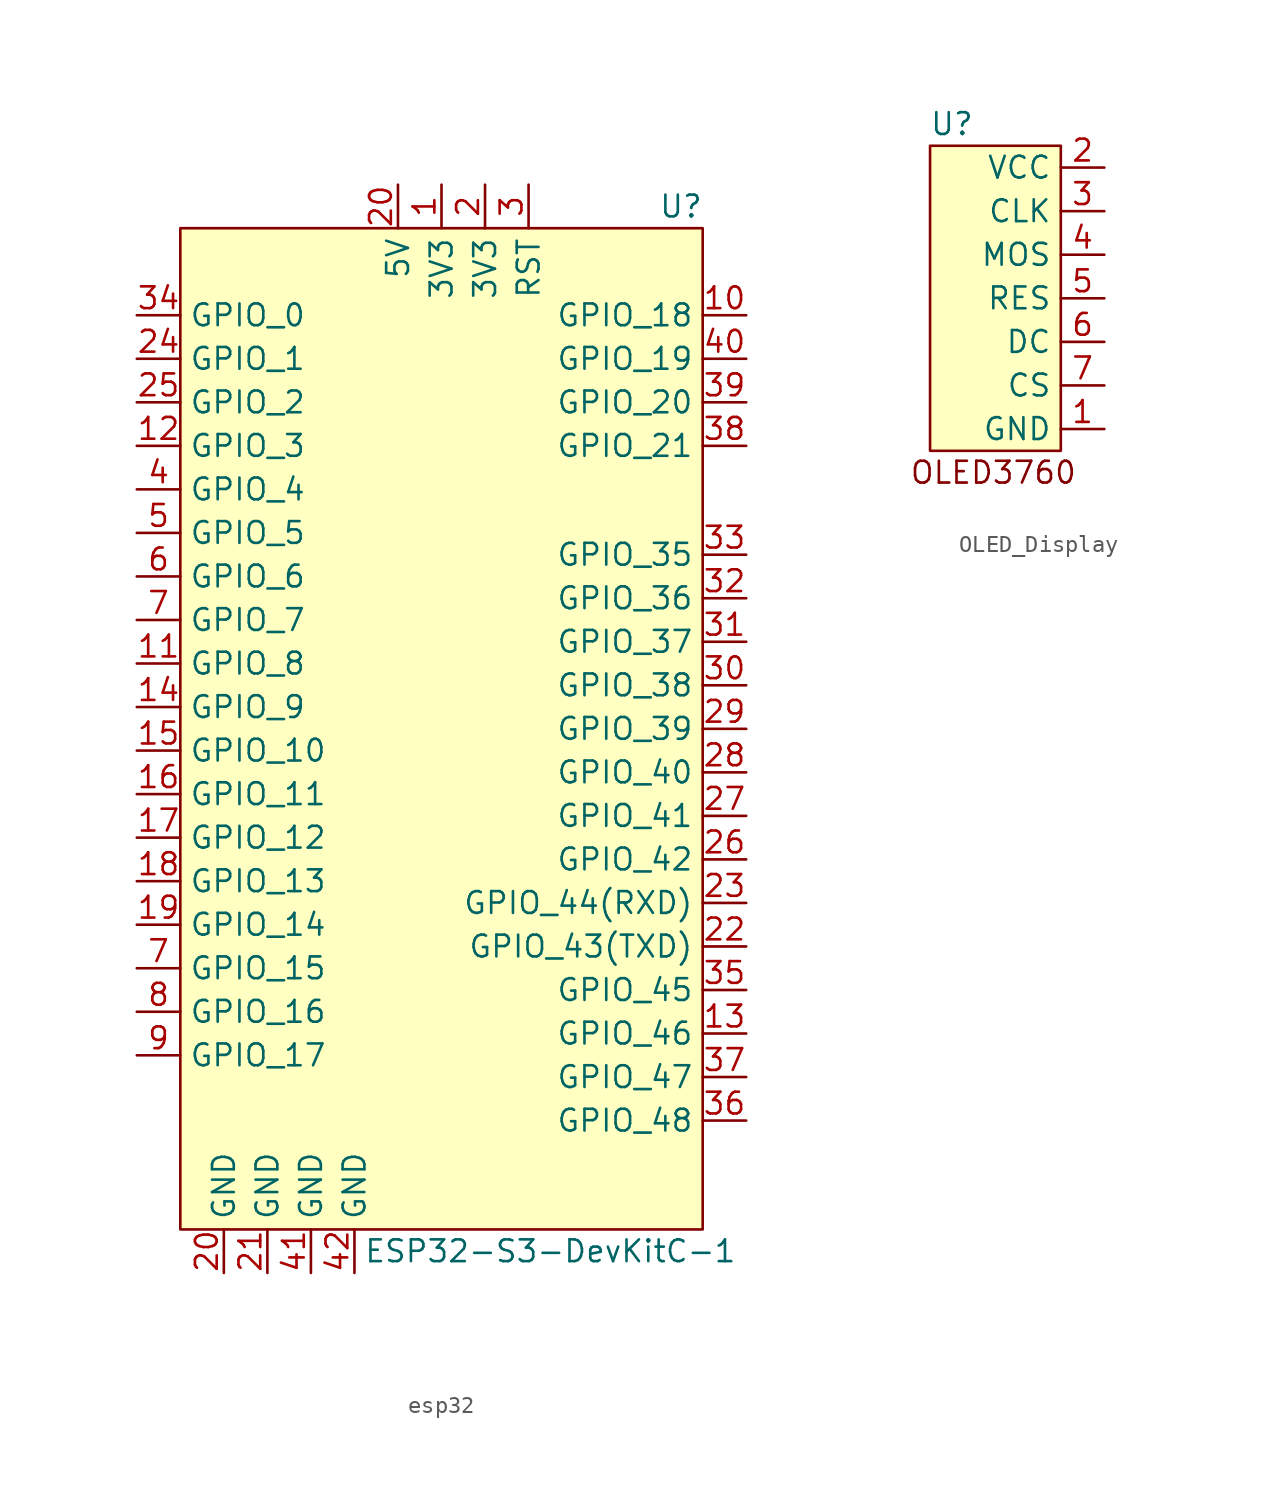
<source format=kicad_sym>
(kicad_symbol_lib
  (version 20220914)
  (generator kicad_symbol_editor)
  (symbol "esp32"
    (property "Reference" "U"
      (at 29.21 1.27 0)
      (effects (font (size 1.27 1.27))))
    (property "Value" "ESP32-S3-DevKitC-1"
      (at 21.59 -59.69 0)
      (effects (font (size 1.27 1.27))))
    (symbol "esp32_1_1"
      (rectangle (start 0 0) (end 30.48 -58.42) (stroke (width 0) (type default)) (fill (type background)))
      (pin input line (at 15.24 2.54 270) (length 2.54) (name "3V3" (effects (font (size 1.27 1.27)))) (number "1" (effects (font (size 1.27 1.27)))))
      (pin input line (at 33.02 -5.08 180) (length 2.54) (name "GPIO_18" (effects (font (size 1.27 1.27)))) (number "10" (effects (font (size 1.27 1.27)))))
      (pin input line (at -2.54 -25.4 0) (length 2.54) (name "GPIO_8" (effects (font (size 1.27 1.27)))) (number "11" (effects (font (size 1.27 1.27)))))
      (pin input line (at -2.54 -12.7 0) (length 2.54) (name "GPIO_3" (effects (font (size 1.27 1.27)))) (number "12" (effects (font (size 1.27 1.27)))))
      (pin input line (at 33.02 -46.99 180) (length 2.54) (name "GPIO_46" (effects (font (size 1.27 1.27)))) (number "13" (effects (font (size 1.27 1.27)))))
      (pin input line (at -2.54 -27.94 0) (length 2.54) (name "GPIO_9" (effects (font (size 1.27 1.27)))) (number "14" (effects (font (size 1.27 1.27)))))
      (pin input line (at -2.54 -30.48 0) (length 2.54) (name "GPIO_10" (effects (font (size 1.27 1.27)))) (number "15" (effects (font (size 1.27 1.27)))))
      (pin input line (at -2.54 -33.02 0) (length 2.54) (name "GPIO_11" (effects (font (size 1.27 1.27)))) (number "16" (effects (font (size 1.27 1.27)))))
      (pin input line (at -2.54 -35.56 0) (length 2.54) (name "GPIO_12" (effects (font (size 1.27 1.27)))) (number "17" (effects (font (size 1.27 1.27)))))
      (pin input line (at -2.54 -38.1 0) (length 2.54) (name "GPIO_13" (effects (font (size 1.27 1.27)))) (number "18" (effects (font (size 1.27 1.27)))))
      (pin input line (at -2.54 -40.64 0) (length 2.54) (name "GPIO_14" (effects (font (size 1.27 1.27)))) (number "19" (effects (font (size 1.27 1.27)))))
      (pin input line (at 17.78 2.54 270) (length 2.54) (name "3V3" (effects (font (size 1.27 1.27)))) (number "2" (effects (font (size 1.27 1.27)))))
      (pin input line (at 12.7 2.54 270) (length 2.54) (name "5V" (effects (font (size 1.27 1.27)))) (number "20" (effects (font (size 1.27 1.27)))))
      (pin input line (at 2.54 -60.96 90) (length 2.54) (name "GND" (effects (font (size 1.27 1.27)))) (number "20" (effects (font (size 1.27 1.27)))))
      (pin input line (at 5.08 -60.96 90) (length 2.54) (name "GND" (effects (font (size 1.27 1.27)))) (number "21" (effects (font (size 1.27 1.27)))))
      (pin input line (at 33.02 -41.91 180) (length 2.54) (name "GPIO_43(TXD)" (effects (font (size 1.27 1.27)))) (number "22" (effects (font (size 1.27 1.27)))))
      (pin input line (at 33.02 -39.37 180) (length 2.54) (name "GPIO_44(RXD)" (effects (font (size 1.27 1.27)))) (number "23" (effects (font (size 1.27 1.27)))))
      (pin input line (at -2.54 -7.62 0) (length 2.54) (name "GPIO_1" (effects (font (size 1.27 1.27)))) (number "24" (effects (font (size 1.27 1.27)))))
      (pin input line (at -2.54 -10.16 0) (length 2.54) (name "GPIO_2" (effects (font (size 1.27 1.27)))) (number "25" (effects (font (size 1.27 1.27)))))
      (pin input line (at 33.02 -36.83 180) (length 2.54) (name "GPIO_42" (effects (font (size 1.27 1.27)))) (number "26" (effects (font (size 1.27 1.27)))))
      (pin input line (at 33.02 -34.29 180) (length 2.54) (name "GPIO_41" (effects (font (size 1.27 1.27)))) (number "27" (effects (font (size 1.27 1.27)))))
      (pin input line (at 33.02 -31.75 180) (length 2.54) (name "GPIO_40" (effects (font (size 1.27 1.27)))) (number "28" (effects (font (size 1.27 1.27)))))
      (pin input line (at 33.02 -29.21 180) (length 2.54) (name "GPIO_39" (effects (font (size 1.27 1.27)))) (number "29" (effects (font (size 1.27 1.27)))))
      (pin input line (at 20.32 2.54 270) (length 2.54) (name "RST" (effects (font (size 1.27 1.27)))) (number "3" (effects (font (size 1.27 1.27)))))
      (pin input line (at 33.02 -26.67 180) (length 2.54) (name "GPIO_38" (effects (font (size 1.27 1.27)))) (number "30" (effects (font (size 1.27 1.27)))))
      (pin input line (at 33.02 -24.13 180) (length 2.54) (name "GPIO_37" (effects (font (size 1.27 1.27)))) (number "31" (effects (font (size 1.27 1.27)))))
      (pin input line (at 33.02 -21.59 180) (length 2.54) (name "GPIO_36" (effects (font (size 1.27 1.27)))) (number "32" (effects (font (size 1.27 1.27)))))
      (pin input line (at 33.02 -19.05 180) (length 2.54) (name "GPIO_35" (effects (font (size 1.27 1.27)))) (number "33" (effects (font (size 1.27 1.27)))))
      (pin input line (at -2.54 -5.08 0) (length 2.54) (name "GPIO_0" (effects (font (size 1.27 1.27)))) (number "34" (effects (font (size 1.27 1.27)))))
      (pin input line (at 33.02 -44.45 180) (length 2.54) (name "GPIO_45" (effects (font (size 1.27 1.27)))) (number "35" (effects (font (size 1.27 1.27)))))
      (pin input line (at 33.02 -52.07 180) (length 2.54) (name "GPIO_48" (effects (font (size 1.27 1.27)))) (number "36" (effects (font (size 1.27 1.27)))))
      (pin input line (at 33.02 -49.53 180) (length 2.54) (name "GPIO_47" (effects (font (size 1.27 1.27)))) (number "37" (effects (font (size 1.27 1.27)))))
      (pin input line (at 33.02 -12.7 180) (length 2.54) (name "GPIO_21" (effects (font (size 1.27 1.27)))) (number "38" (effects (font (size 1.27 1.27)))))
      (pin input line (at 33.02 -10.16 180) (length 2.54) (name "GPIO_20" (effects (font (size 1.27 1.27)))) (number "39" (effects (font (size 1.27 1.27)))))
      (pin input line (at -2.54 -15.24 0) (length 2.54) (name "GPIO_4" (effects (font (size 1.27 1.27)))) (number "4" (effects (font (size 1.27 1.27)))))
      (pin input line (at 33.02 -7.62 180) (length 2.54) (name "GPIO_19" (effects (font (size 1.27 1.27)))) (number "40" (effects (font (size 1.27 1.27)))))
      (pin input line (at 7.62 -60.96 90) (length 2.54) (name "GND" (effects (font (size 1.27 1.27)))) (number "41" (effects (font (size 1.27 1.27)))))
      (pin input line (at 10.16 -60.96 90) (length 2.54) (name "GND" (effects (font (size 1.27 1.27)))) (number "42" (effects (font (size 1.27 1.27)))))
      (pin input line (at -2.54 -17.78 0) (length 2.54) (name "GPIO_5" (effects (font (size 1.27 1.27)))) (number "5" (effects (font (size 1.27 1.27)))))
      (pin input line (at -2.54 -20.32 0) (length 2.54) (name "GPIO_6" (effects (font (size 1.27 1.27)))) (number "6" (effects (font (size 1.27 1.27)))))
      (pin input line (at -2.54 -43.18 0) (length 2.54) (name "GPIO_15" (effects (font (size 1.27 1.27)))) (number "7" (effects (font (size 1.27 1.27)))))
      (pin input line (at -2.54 -22.86 0) (length 2.54) (name "GPIO_7" (effects (font (size 1.27 1.27)))) (number "7" (effects (font (size 1.27 1.27)))))
      (pin input line (at -2.54 -45.72 0) (length 2.54) (name "GPIO_16" (effects (font (size 1.27 1.27)))) (number "8" (effects (font (size 1.27 1.27)))))
      (pin input line (at -2.54 -48.26 0) (length 2.54) (name "GPIO_17" (effects (font (size 1.27 1.27)))) (number "9" (effects (font (size 1.27 1.27)))))))
  (symbol "OLED_Display"
    (property "Reference" "U"
      (at 1.27 1.27 0)
      (effects (font (size 1.27 1.27))))
    (property "Value" ""
      (at 1.27 -1.27 0)
      (effects (font (size 1.27 1.27))))
    (symbol "OLED_Display_1_1"
      (rectangle (start 0 0) (end 7.62 -17.78) (stroke (width 0) (type default)) (fill (type background)))
      (text "OLED3760	" (at 6.35 -19.05 0) (effects (font (size 1.27 1.27))))
      (pin input line (at 10.16 -16.51 180) (length 2.54) (name "GND" (effects (font (size 1.27 1.27)))) (number "1" (effects (font (size 1.27 1.27)))))
      (pin input line (at 10.16 -1.27 180) (length 2.54) (name "VCC" (effects (font (size 1.27 1.27)))) (number "2" (effects (font (size 1.27 1.27)))))
      (pin input line (at 10.16 -3.81 180) (length 2.54) (name "CLK" (effects (font (size 1.27 1.27)))) (number "3" (effects (font (size 1.27 1.27)))))
      (pin input line (at 10.16 -6.35 180) (length 2.54) (name "MOS" (effects (font (size 1.27 1.27)))) (number "4" (effects (font (size 1.27 1.27)))))
      (pin input line (at 10.16 -8.89 180) (length 2.54) (name "RES" (effects (font (size 1.27 1.27)))) (number "5" (effects (font (size 1.27 1.27)))))
      (pin input line (at 10.16 -11.43 180) (length 2.54) (name "DC" (effects (font (size 1.27 1.27)))) (number "6" (effects (font (size 1.27 1.27)))))
      (pin input line (at 10.16 -13.97 180) (length 2.54) (name "CS" (effects (font (size 1.27 1.27)))) (number "7" (effects (font (size 1.27 1.27))))))))
</source>
